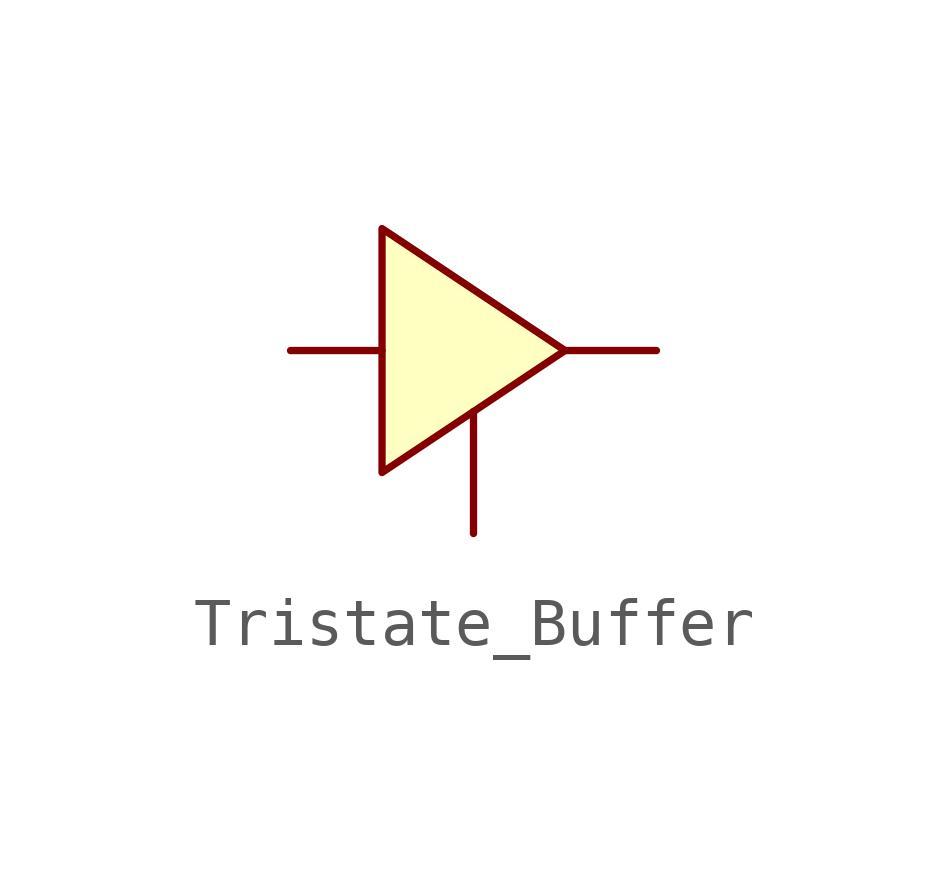
<source format=kicad_sym>
(kicad_symbol_lib
  (version 20211014)
  (generator kicad_symbol_editor)
  (symbol "Tristate_Buffer"
    (property "Reference" "U"
      (at 3.175 -2.54 0)
      (effects (font (size 1.27 1.27)) hide))
    (symbol "Tristate_Buffer_0_1"
      (polyline (pts (xy -1.905 2.54) (xy -1.905 -2.54) (xy 1.905 0) (xy -1.905 2.54)) (stroke (width 0.152) (type default) (color 0 0 0 0)) (fill (type background))))
    (symbol "Tristate_Buffer_1_1"
      (pin input line (at -3.81 0 0) (length 1.905) (name "" (effects (font (size 1.27 1.27)))) (number "" (effects (font (size 1.27 1.27)))))
      (pin input line (at 0 -3.81 90) (length 2.54) (name "" (effects (font (size 1.27 1.27)))) (number "" (effects (font (size 1.27 1.27)))))
      (pin output line (at 3.81 0 180) (length 1.905) (name "" (effects (font (size 1.27 1.27)))) (number "" (effects (font (size 1.27 1.27))))))))
</source>
